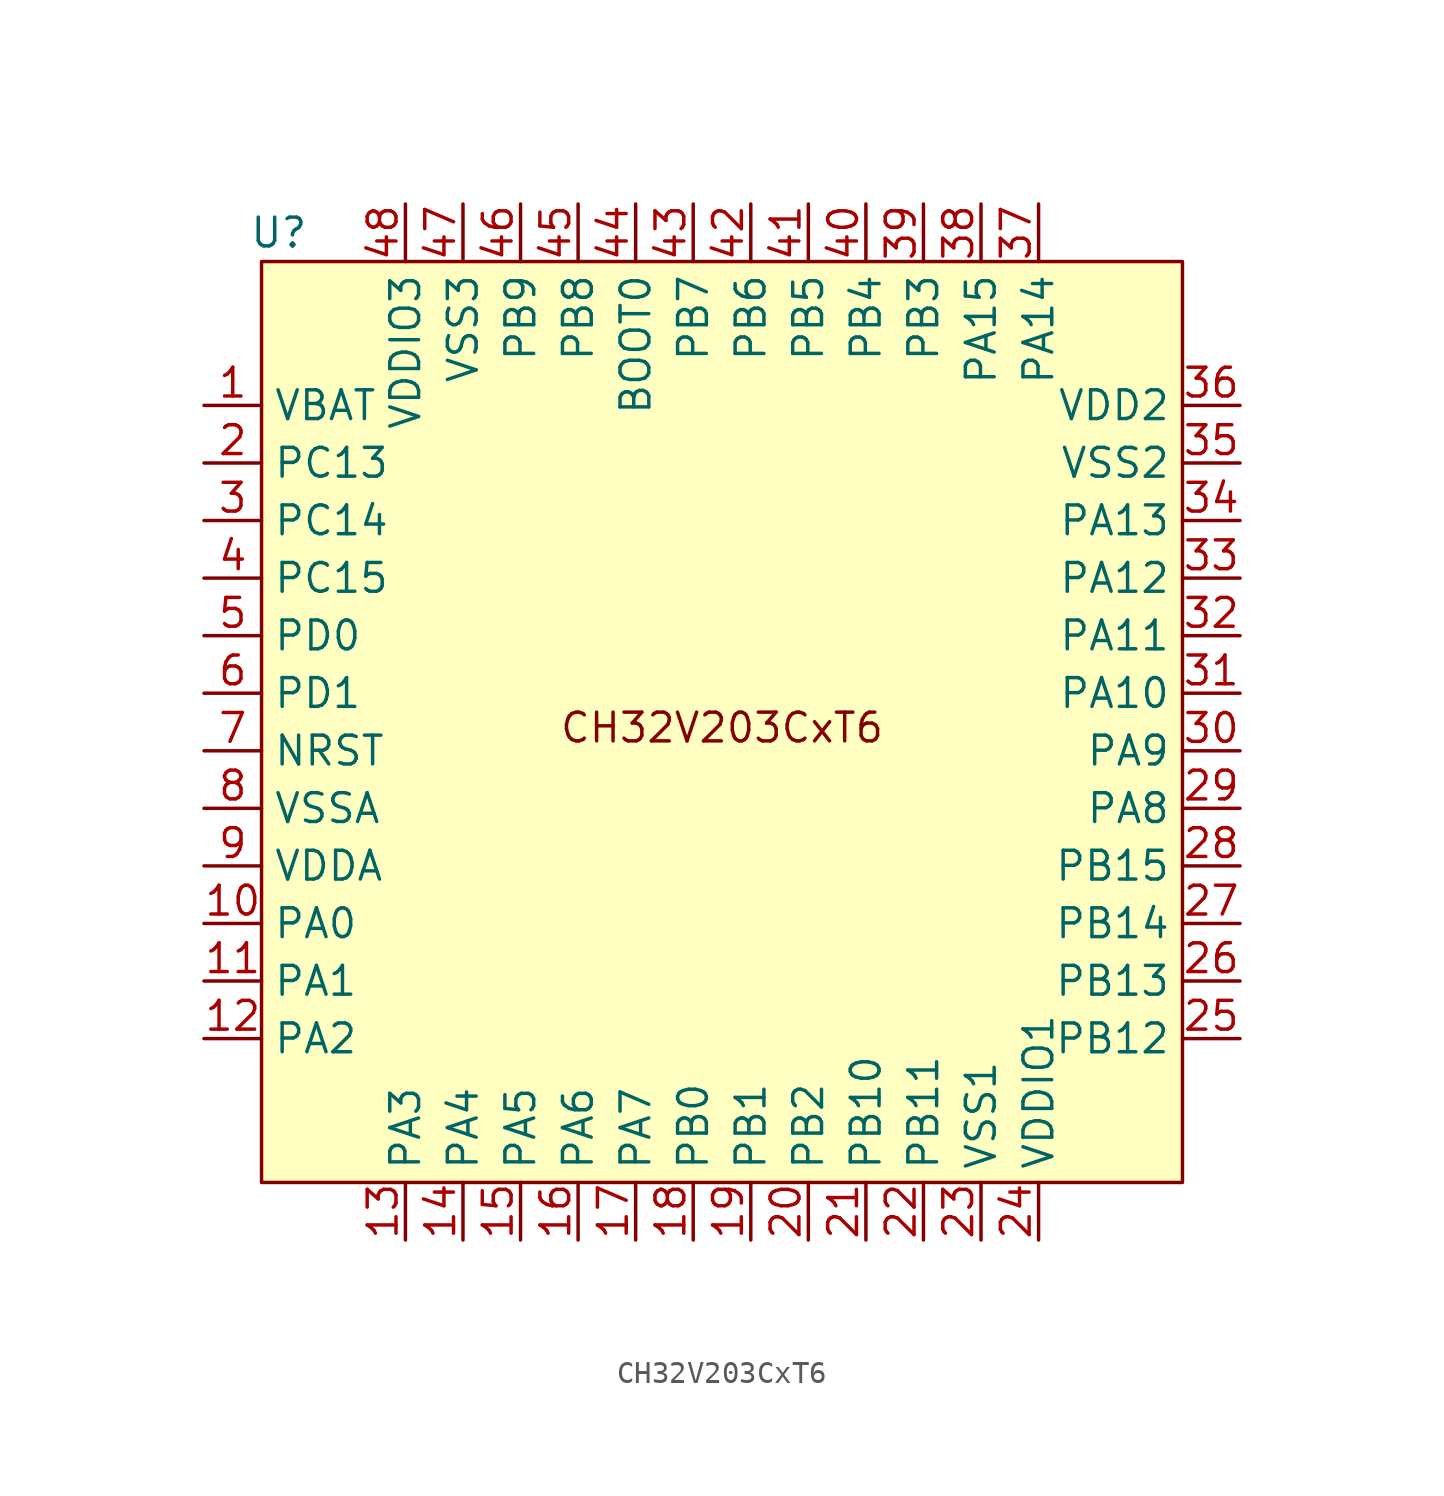
<source format=kicad_sym>
(kicad_symbol_lib
  (version 20231120)
  (generator "kicad_symbol_editor")
  (generator_version "8.0")
  (symbol "CH32V203CxT6"
    (property "Reference" "U"
      (at -19.558 21.59 0)
      (effects (font (size 1.27 1.27))))
    (property "Value" ""
      (at -3.81 3.81 0)
      (effects (font (size 1.27 1.27))))
    (symbol "CH32V203CxT6_1_1"
      (rectangle (start -20.32 20.32) (end 20.32 -20.32) (stroke (width 0) (type default)) (fill (type background)))
      (text "CH32V203CxT6" (at 0 -0.254 0) (effects (font (size 1.27 1.27))))
      (pin power_in line (at -22.86 13.97 0) (length 2.54) (name "VBAT" (effects (font (size 1.27 1.27)))) (number "1" (effects (font (size 1.27 1.27)))))
      (pin bidirectional line (at -22.86 -8.89 0) (length 2.54) (name "PA0" (effects (font (size 1.27 1.27)))) (number "10" (effects (font (size 1.27 1.27)))))
      (pin bidirectional line (at -22.86 -11.43 0) (length 2.54) (name "PA1" (effects (font (size 1.27 1.27)))) (number "11" (effects (font (size 1.27 1.27)))))
      (pin bidirectional line (at -22.86 -13.97 0) (length 2.54) (name "PA2" (effects (font (size 1.27 1.27)))) (number "12" (effects (font (size 1.27 1.27)))))
      (pin bidirectional line (at -13.97 -22.86 90) (length 2.54) (name "PA3" (effects (font (size 1.27 1.27)))) (number "13" (effects (font (size 1.27 1.27)))))
      (pin bidirectional line (at -11.43 -22.86 90) (length 2.54) (name "PA4" (effects (font (size 1.27 1.27)))) (number "14" (effects (font (size 1.27 1.27)))))
      (pin bidirectional line (at -8.89 -22.86 90) (length 2.54) (name "PA5" (effects (font (size 1.27 1.27)))) (number "15" (effects (font (size 1.27 1.27)))))
      (pin bidirectional line (at -6.35 -22.86 90) (length 2.54) (name "PA6" (effects (font (size 1.27 1.27)))) (number "16" (effects (font (size 1.27 1.27)))))
      (pin bidirectional line (at -3.81 -22.86 90) (length 2.54) (name "PA7" (effects (font (size 1.27 1.27)))) (number "17" (effects (font (size 1.27 1.27)))))
      (pin bidirectional line (at -1.27 -22.86 90) (length 2.54) (name "PB0" (effects (font (size 1.27 1.27)))) (number "18" (effects (font (size 1.27 1.27)))))
      (pin bidirectional line (at 1.27 -22.86 90) (length 2.54) (name "PB1" (effects (font (size 1.27 1.27)))) (number "19" (effects (font (size 1.27 1.27)))))
      (pin bidirectional line (at -22.86 11.43 0) (length 2.54) (name "PC13" (effects (font (size 1.27 1.27)))) (number "2" (effects (font (size 1.27 1.27)))))
      (pin bidirectional line (at 3.81 -22.86 90) (length 2.54) (name "PB2" (effects (font (size 1.27 1.27)))) (number "20" (effects (font (size 1.27 1.27)))))
      (pin bidirectional line (at 6.35 -22.86 90) (length 2.54) (name "PB10" (effects (font (size 1.27 1.27)))) (number "21" (effects (font (size 1.27 1.27)))))
      (pin bidirectional line (at 8.89 -22.86 90) (length 2.54) (name "PB11" (effects (font (size 1.27 1.27)))) (number "22" (effects (font (size 1.27 1.27)))))
      (pin power_in line (at 11.43 -22.86 90) (length 2.54) (name "VSS1" (effects (font (size 1.27 1.27)))) (number "23" (effects (font (size 1.27 1.27)))))
      (pin bidirectional line (at 13.97 -22.86 90) (length 2.54) (name "VDDIO1" (effects (font (size 1.27 1.27)))) (number "24" (effects (font (size 1.27 1.27)))))
      (pin bidirectional line (at 22.86 -13.97 180) (length 2.54) (name "PB12" (effects (font (size 1.27 1.27)))) (number "25" (effects (font (size 1.27 1.27)))))
      (pin bidirectional line (at 22.86 -11.43 180) (length 2.54) (name "PB13" (effects (font (size 1.27 1.27)))) (number "26" (effects (font (size 1.27 1.27)))))
      (pin bidirectional line (at 22.86 -8.89 180) (length 2.54) (name "PB14" (effects (font (size 1.27 1.27)))) (number "27" (effects (font (size 1.27 1.27)))))
      (pin bidirectional line (at 22.86 -6.35 180) (length 2.54) (name "PB15" (effects (font (size 1.27 1.27)))) (number "28" (effects (font (size 1.27 1.27)))))
      (pin bidirectional line (at 22.86 -3.81 180) (length 2.54) (name "PA8" (effects (font (size 1.27 1.27)))) (number "29" (effects (font (size 1.27 1.27)))))
      (pin bidirectional line (at -22.86 8.89 0) (length 2.54) (name "PC14" (effects (font (size 1.27 1.27)))) (number "3" (effects (font (size 1.27 1.27)))))
      (pin bidirectional line (at 22.86 -1.27 180) (length 2.54) (name "PA9" (effects (font (size 1.27 1.27)))) (number "30" (effects (font (size 1.27 1.27)))))
      (pin bidirectional line (at 22.86 1.27 180) (length 2.54) (name "PA10" (effects (font (size 1.27 1.27)))) (number "31" (effects (font (size 1.27 1.27)))))
      (pin bidirectional line (at 22.86 3.81 180) (length 2.54) (name "PA11" (effects (font (size 1.27 1.27)))) (number "32" (effects (font (size 1.27 1.27)))))
      (pin bidirectional line (at 22.86 6.35 180) (length 2.54) (name "PA12" (effects (font (size 1.27 1.27)))) (number "33" (effects (font (size 1.27 1.27)))))
      (pin bidirectional line (at 22.86 8.89 180) (length 2.54) (name "PA13" (effects (font (size 1.27 1.27)))) (number "34" (effects (font (size 1.27 1.27)))))
      (pin power_in line (at 22.86 11.43 180) (length 2.54) (name "VSS2" (effects (font (size 1.27 1.27)))) (number "35" (effects (font (size 1.27 1.27)))))
      (pin power_in line (at 22.86 13.97 180) (length 2.54) (name "VDD2" (effects (font (size 1.27 1.27)))) (number "36" (effects (font (size 1.27 1.27)))))
      (pin bidirectional line (at 13.97 22.86 270) (length 2.54) (name "PA14" (effects (font (size 1.27 1.27)))) (number "37" (effects (font (size 1.27 1.27)))))
      (pin bidirectional line (at 11.43 22.86 270) (length 2.54) (name "PA15" (effects (font (size 1.27 1.27)))) (number "38" (effects (font (size 1.27 1.27)))))
      (pin bidirectional line (at 8.89 22.86 270) (length 2.54) (name "PB3" (effects (font (size 1.27 1.27)))) (number "39" (effects (font (size 1.27 1.27)))))
      (pin bidirectional line (at -22.86 6.35 0) (length 2.54) (name "PC15" (effects (font (size 1.27 1.27)))) (number "4" (effects (font (size 1.27 1.27)))))
      (pin bidirectional line (at 6.35 22.86 270) (length 2.54) (name "PB4" (effects (font (size 1.27 1.27)))) (number "40" (effects (font (size 1.27 1.27)))))
      (pin bidirectional line (at 3.81 22.86 270) (length 2.54) (name "PB5" (effects (font (size 1.27 1.27)))) (number "41" (effects (font (size 1.27 1.27)))))
      (pin bidirectional line (at 1.27 22.86 270) (length 2.54) (name "PB6" (effects (font (size 1.27 1.27)))) (number "42" (effects (font (size 1.27 1.27)))))
      (pin bidirectional line (at -1.27 22.86 270) (length 2.54) (name "PB7" (effects (font (size 1.27 1.27)))) (number "43" (effects (font (size 1.27 1.27)))))
      (pin input line (at -3.81 22.86 270) (length 2.54) (name "BOOT0" (effects (font (size 1.27 1.27)))) (number "44" (effects (font (size 1.27 1.27)))))
      (pin bidirectional line (at -6.35 22.86 270) (length 2.54) (name "PB8" (effects (font (size 1.27 1.27)))) (number "45" (effects (font (size 1.27 1.27)))))
      (pin bidirectional line (at -8.89 22.86 270) (length 2.54) (name "PB9" (effects (font (size 1.27 1.27)))) (number "46" (effects (font (size 1.27 1.27)))))
      (pin power_in line (at -11.43 22.86 270) (length 2.54) (name "VSS3" (effects (font (size 1.27 1.27)))) (number "47" (effects (font (size 1.27 1.27)))))
      (pin power_in line (at -13.97 22.86 270) (length 2.54) (name "VDDIO3" (effects (font (size 1.27 1.27)))) (number "48" (effects (font (size 1.27 1.27)))))
      (pin bidirectional line (at -22.86 3.81 0) (length 2.54) (name "PD0" (effects (font (size 1.27 1.27)))) (number "5" (effects (font (size 1.27 1.27)))))
      (pin bidirectional line (at -22.86 1.27 0) (length 2.54) (name "PD1" (effects (font (size 1.27 1.27)))) (number "6" (effects (font (size 1.27 1.27)))))
      (pin input line (at -22.86 -1.27 0) (length 2.54) (name "NRST" (effects (font (size 1.27 1.27)))) (number "7" (effects (font (size 1.27 1.27)))))
      (pin power_in line (at -22.86 -3.81 0) (length 2.54) (name "VSSA" (effects (font (size 1.27 1.27)))) (number "8" (effects (font (size 1.27 1.27)))))
      (pin power_in line (at -22.86 -6.35 0) (length 2.54) (name "VDDA" (effects (font (size 1.27 1.27)))) (number "9" (effects (font (size 1.27 1.27))))))))
</source>
